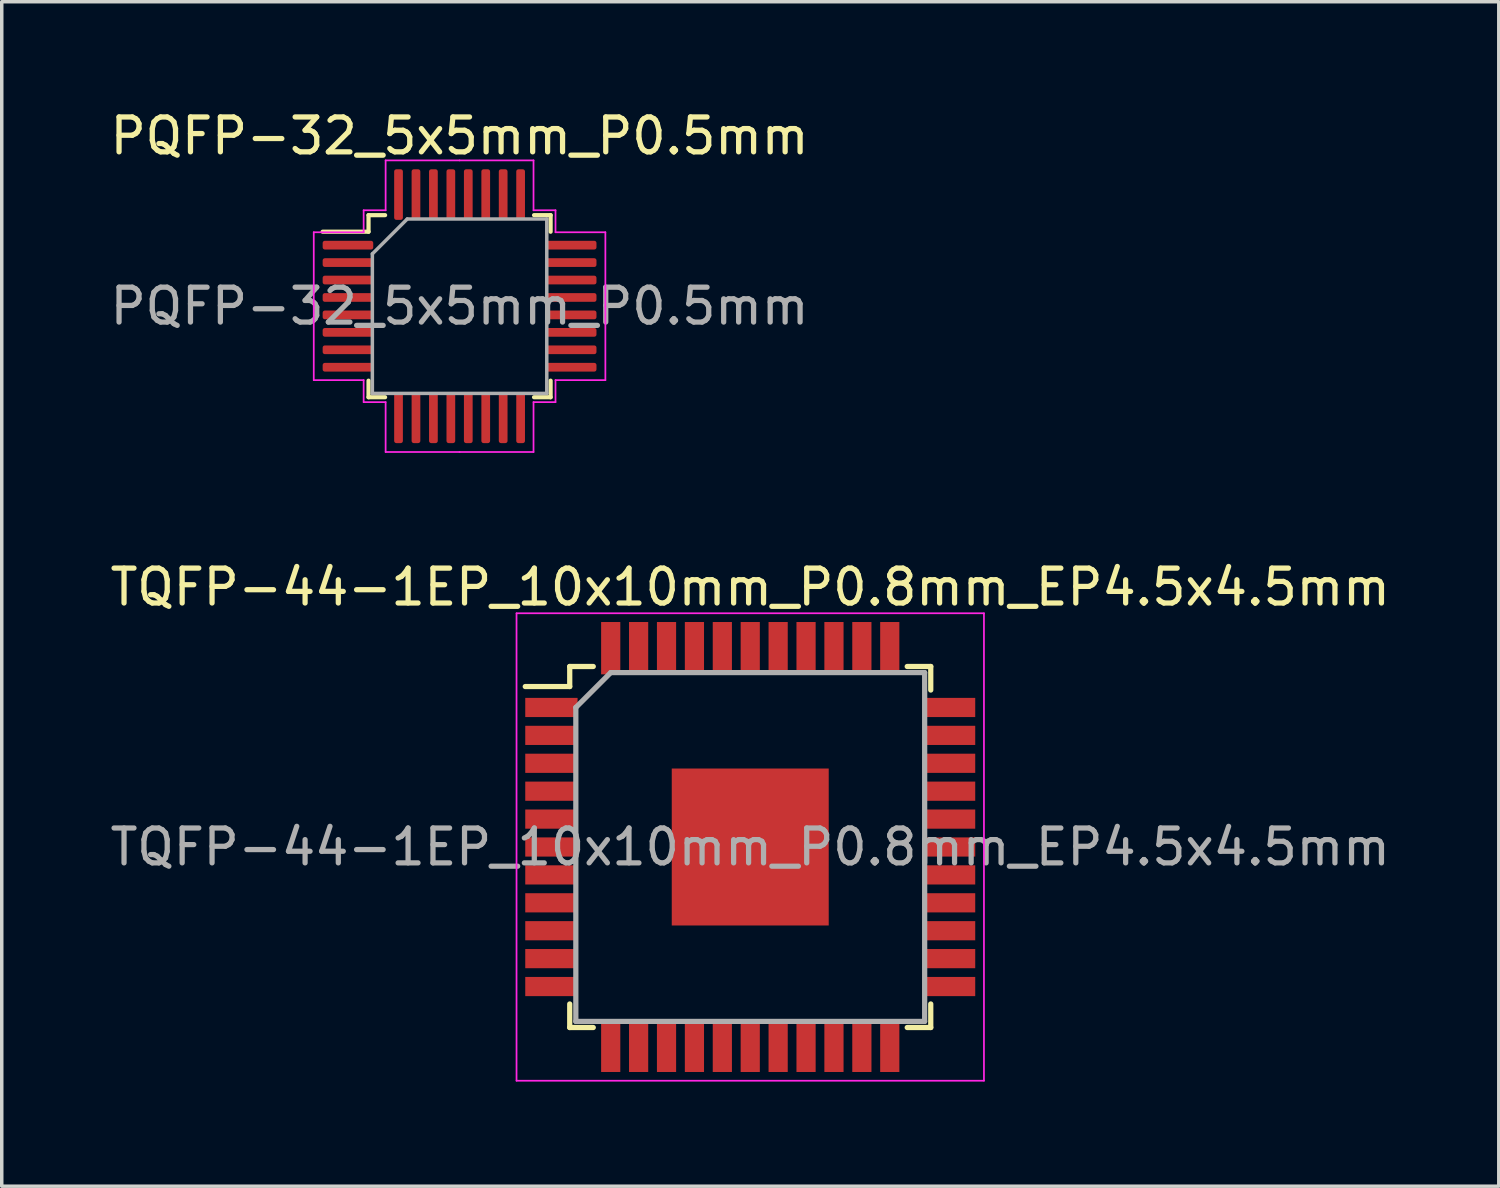
<source format=kicad_pcb>
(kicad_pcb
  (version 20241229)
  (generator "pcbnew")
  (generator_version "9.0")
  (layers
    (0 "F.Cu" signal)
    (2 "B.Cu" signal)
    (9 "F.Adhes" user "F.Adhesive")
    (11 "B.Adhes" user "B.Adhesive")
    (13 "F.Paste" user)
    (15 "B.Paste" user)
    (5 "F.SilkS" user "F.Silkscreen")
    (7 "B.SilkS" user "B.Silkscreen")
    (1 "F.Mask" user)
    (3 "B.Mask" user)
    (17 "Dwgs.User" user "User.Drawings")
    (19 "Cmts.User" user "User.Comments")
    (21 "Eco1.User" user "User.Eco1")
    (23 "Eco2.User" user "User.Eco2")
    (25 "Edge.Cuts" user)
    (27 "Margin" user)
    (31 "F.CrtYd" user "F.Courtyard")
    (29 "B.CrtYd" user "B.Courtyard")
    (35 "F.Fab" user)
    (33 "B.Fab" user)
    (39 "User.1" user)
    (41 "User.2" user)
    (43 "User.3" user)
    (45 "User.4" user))
  (footprint "PQFP-32_5x5mm_P0.5mm"
    (layer "F.Cu")
    (at 10.125 5.728)
    (property "Reference" "PQFP-32_5x5mm_P0.5mm" (at 0 -4.88 0) (layer "F.SilkS") (effects (font (size 1 1) (thickness 0.15))))
    (attr smd)
    (fp_line (start -2.61 -2.61) (end -2.61 -2.135) (stroke (width 0.12) (type solid)) (layer "F.SilkS"))
    (fp_line (start -2.61 -2.135) (end -3.925 -2.135) (stroke (width 0.12) (type solid)) (layer "F.SilkS"))
    (fp_line (start -2.61 2.61) (end -2.61 2.135) (stroke (width 0.12) (type solid)) (layer "F.SilkS"))
    (fp_line (start -2.135 -2.61) (end -2.61 -2.61) (stroke (width 0.12) (type solid)) (layer "F.SilkS"))
    (fp_line (start -2.135 2.61) (end -2.61 2.61) (stroke (width 0.12) (type solid)) (layer "F.SilkS"))
    (fp_line (start 2.135 -2.61) (end 2.61 -2.61) (stroke (width 0.12) (type solid)) (layer "F.SilkS"))
    (fp_line (start 2.135 2.61) (end 2.61 2.61) (stroke (width 0.12) (type solid)) (layer "F.SilkS"))
    (fp_line (start 2.61 -2.61) (end 2.61 -2.135) (stroke (width 0.12) (type solid)) (layer "F.SilkS"))
    (fp_line (start 2.61 2.61) (end 2.61 2.135) (stroke (width 0.12) (type solid)) (layer "F.SilkS"))
    (fp_line (start -4.18 -2.12) (end -4.18 0) (stroke (width 0.05) (type solid)) (layer "F.CrtYd"))
    (fp_line (start -4.18 2.12) (end -4.18 0) (stroke (width 0.05) (type solid)) (layer "F.CrtYd"))
    (fp_line (start -2.75 -2.75) (end -2.75 -2.12) (stroke (width 0.05) (type solid)) (layer "F.CrtYd"))
    (fp_line (start -2.75 -2.12) (end -4.18 -2.12) (stroke (width 0.05) (type solid)) (layer "F.CrtYd"))
    (fp_line (start -2.75 2.12) (end -4.18 2.12) (stroke (width 0.05) (type solid)) (layer "F.CrtYd"))
    (fp_line (start -2.75 2.75) (end -2.75 2.12) (stroke (width 0.05) (type solid)) (layer "F.CrtYd"))
    (fp_line (start -2.12 -4.18) (end -2.12 -2.75) (stroke (width 0.05) (type solid)) (layer "F.CrtYd"))
    (fp_line (start -2.12 -2.75) (end -2.75 -2.75) (stroke (width 0.05) (type solid)) (layer "F.CrtYd"))
    (fp_line (start -2.12 2.75) (end -2.75 2.75) (stroke (width 0.05) (type solid)) (layer "F.CrtYd"))
    (fp_line (start -2.12 4.18) (end -2.12 2.75) (stroke (width 0.05) (type solid)) (layer "F.CrtYd"))
    (fp_line (start 0 -4.18) (end -2.12 -4.18) (stroke (width 0.05) (type solid)) (layer "F.CrtYd"))
    (fp_line (start 0 -4.18) (end 2.12 -4.18) (stroke (width 0.05) (type solid)) (layer "F.CrtYd"))
    (fp_line (start 0 4.18) (end -2.12 4.18) (stroke (width 0.05) (type solid)) (layer "F.CrtYd"))
    (fp_line (start 0 4.18) (end 2.12 4.18) (stroke (width 0.05) (type solid)) (layer "F.CrtYd"))
    (fp_line (start 2.12 -4.18) (end 2.12 -2.75) (stroke (width 0.05) (type solid)) (layer "F.CrtYd"))
    (fp_line (start 2.12 -2.75) (end 2.75 -2.75) (stroke (width 0.05) (type solid)) (layer "F.CrtYd"))
    (fp_line (start 2.12 2.75) (end 2.75 2.75) (stroke (width 0.05) (type solid)) (layer "F.CrtYd"))
    (fp_line (start 2.12 4.18) (end 2.12 2.75) (stroke (width 0.05) (type solid)) (layer "F.CrtYd"))
    (fp_line (start 2.75 -2.75) (end 2.75 -2.12) (stroke (width 0.05) (type solid)) (layer "F.CrtYd"))
    (fp_line (start 2.75 -2.12) (end 4.18 -2.12) (stroke (width 0.05) (type solid)) (layer "F.CrtYd"))
    (fp_line (start 2.75 2.12) (end 4.18 2.12) (stroke (width 0.05) (type solid)) (layer "F.CrtYd"))
    (fp_line (start 2.75 2.75) (end 2.75 2.12) (stroke (width 0.05) (type solid)) (layer "F.CrtYd"))
    (fp_line (start 4.18 -2.12) (end 4.18 0) (stroke (width 0.05) (type solid)) (layer "F.CrtYd"))
    (fp_line (start 4.18 2.12) (end 4.18 0) (stroke (width 0.05) (type solid)) (layer "F.CrtYd"))
    (fp_line (start -2.5 -1.5) (end -1.5 -2.5) (stroke (width 0.1) (type solid)) (layer "F.Fab"))
    (fp_line (start -2.5 2.5) (end -2.5 -1.5) (stroke (width 0.1) (type solid)) (layer "F.Fab"))
    (fp_line (start -1.5 -2.5) (end 2.5 -2.5) (stroke (width 0.1) (type solid)) (layer "F.Fab"))
    (fp_line (start 2.5 -2.5) (end 2.5 2.5) (stroke (width 0.1) (type solid)) (layer "F.Fab"))
    (fp_line (start 2.5 2.5) (end -2.5 2.5) (stroke (width 0.1) (type solid)) (layer "F.Fab"))
    (fp_text user "${REFERENCE}" (at 0 0 0) (layer "F.Fab") (effects (font (size 1 1) (thickness 0.15))))
    (pad "1" smd roundrect (at -3.2 -1.75) (size 1.45 0.25) (layers "F.Cu" "F.Mask" "F.Paste") (roundrect_rratio 0.25))
    (pad "2" smd roundrect (at -3.2 -1.25) (size 1.45 0.25) (layers "F.Cu" "F.Mask" "F.Paste") (roundrect_rratio 0.25))
    (pad "3" smd roundrect (at -3.2 -0.75) (size 1.45 0.25) (layers "F.Cu" "F.Mask" "F.Paste") (roundrect_rratio 0.25))
    (pad "4" smd roundrect (at -3.2 -0.25) (size 1.45 0.25) (layers "F.Cu" "F.Mask" "F.Paste") (roundrect_rratio 0.25))
    (pad "5" smd roundrect (at -3.2 0.25) (size 1.45 0.25) (layers "F.Cu" "F.Mask" "F.Paste") (roundrect_rratio 0.25))
    (pad "6" smd roundrect (at -3.2 0.75) (size 1.45 0.25) (layers "F.Cu" "F.Mask" "F.Paste") (roundrect_rratio 0.25))
    (pad "7" smd roundrect (at -3.2 1.25) (size 1.45 0.25) (layers "F.Cu" "F.Mask" "F.Paste") (roundrect_rratio 0.25))
    (pad "8" smd roundrect (at -3.2 1.75) (size 1.45 0.25) (layers "F.Cu" "F.Mask" "F.Paste") (roundrect_rratio 0.25))
    (pad "9" smd roundrect (at -1.75 3.2) (size 0.25 1.45) (layers "F.Cu" "F.Mask" "F.Paste") (roundrect_rratio 0.25))
    (pad "10" smd roundrect (at -1.25 3.2) (size 0.25 1.45) (layers "F.Cu" "F.Mask" "F.Paste") (roundrect_rratio 0.25))
    (pad "11" smd roundrect (at -0.75 3.2) (size 0.25 1.45) (layers "F.Cu" "F.Mask" "F.Paste") (roundrect_rratio 0.25))
    (pad "12" smd roundrect (at -0.25 3.2) (size 0.25 1.45) (layers "F.Cu" "F.Mask" "F.Paste") (roundrect_rratio 0.25))
    (pad "13" smd roundrect (at 0.25 3.2) (size 0.25 1.45) (layers "F.Cu" "F.Mask" "F.Paste") (roundrect_rratio 0.25))
    (pad "14" smd roundrect (at 0.75 3.2) (size 0.25 1.45) (layers "F.Cu" "F.Mask" "F.Paste") (roundrect_rratio 0.25))
    (pad "15" smd roundrect (at 1.25 3.2) (size 0.25 1.45) (layers "F.Cu" "F.Mask" "F.Paste") (roundrect_rratio 0.25))
    (pad "16" smd roundrect (at 1.75 3.2) (size 0.25 1.45) (layers "F.Cu" "F.Mask" "F.Paste") (roundrect_rratio 0.25))
    (pad "17" smd roundrect (at 3.2 1.75) (size 1.45 0.25) (layers "F.Cu" "F.Mask" "F.Paste") (roundrect_rratio 0.25))
    (pad "18" smd roundrect (at 3.2 1.25) (size 1.45 0.25) (layers "F.Cu" "F.Mask" "F.Paste") (roundrect_rratio 0.25))
    (pad "19" smd roundrect (at 3.2 0.75) (size 1.45 0.25) (layers "F.Cu" "F.Mask" "F.Paste") (roundrect_rratio 0.25))
    (pad "20" smd roundrect (at 3.2 0.25) (size 1.45 0.25) (layers "F.Cu" "F.Mask" "F.Paste") (roundrect_rratio 0.25))
    (pad "21" smd roundrect (at 3.2 -0.25) (size 1.45 0.25) (layers "F.Cu" "F.Mask" "F.Paste") (roundrect_rratio 0.25))
    (pad "22" smd roundrect (at 3.2 -0.75) (size 1.45 0.25) (layers "F.Cu" "F.Mask" "F.Paste") (roundrect_rratio 0.25))
    (pad "23" smd roundrect (at 3.2 -1.25) (size 1.45 0.25) (layers "F.Cu" "F.Mask" "F.Paste") (roundrect_rratio 0.25))
    (pad "24" smd roundrect (at 3.2 -1.75) (size 1.45 0.25) (layers "F.Cu" "F.Mask" "F.Paste") (roundrect_rratio 0.25))
    (pad "25" smd roundrect (at 1.75 -3.2) (size 0.25 1.45) (layers "F.Cu" "F.Mask" "F.Paste") (roundrect_rratio 0.25))
    (pad "26" smd roundrect (at 1.25 -3.2) (size 0.25 1.45) (layers "F.Cu" "F.Mask" "F.Paste") (roundrect_rratio 0.25))
    (pad "27" smd roundrect (at 0.75 -3.2) (size 0.25 1.45) (layers "F.Cu" "F.Mask" "F.Paste") (roundrect_rratio 0.25))
    (pad "28" smd roundrect (at 0.25 -3.2) (size 0.25 1.45) (layers "F.Cu" "F.Mask" "F.Paste") (roundrect_rratio 0.25))
    (pad "29" smd roundrect (at -0.25 -3.2) (size 0.25 1.45) (layers "F.Cu" "F.Mask" "F.Paste") (roundrect_rratio 0.25))
    (pad "30" smd roundrect (at -0.75 -3.2) (size 0.25 1.45) (layers "F.Cu" "F.Mask" "F.Paste") (roundrect_rratio 0.25))
    (pad "31" smd roundrect (at -1.25 -3.2) (size 0.25 1.45) (layers "F.Cu" "F.Mask" "F.Paste") (roundrect_rratio 0.25))
    (pad "32" smd roundrect (at -1.75 -3.2) (size 0.25 1.45) (layers "F.Cu" "F.Mask" "F.Paste") (roundrect_rratio 0.25)))
  (footprint "TQFP-44-1EP_10x10mm_P0.8mm_EP4.5x4.5mm"
    (layer "F.Cu")
    (at 18.458 21.232)
    (property "Reference" "TQFP-44-1EP_10x10mm_P0.8mm_EP4.5x4.5mm" (at 0 -7.45 0) (layer "F.SilkS") (effects (font (size 1 1) (thickness 0.15))))
    (attr smd)
    (fp_line (start -5.175 -5.175) (end -5.175 -4.6) (stroke (width 0.15) (type solid)) (layer "F.SilkS"))
    (fp_line (start -5.175 -5.175) (end -4.5 -5.175) (stroke (width 0.15) (type solid)) (layer "F.SilkS"))
    (fp_line (start -5.175 -4.6) (end -6.45 -4.6) (stroke (width 0.15) (type solid)) (layer "F.SilkS"))
    (fp_line (start -5.175 5.175) (end -5.175 4.5) (stroke (width 0.15) (type solid)) (layer "F.SilkS"))
    (fp_line (start -5.175 5.175) (end -4.5 5.175) (stroke (width 0.15) (type solid)) (layer "F.SilkS"))
    (fp_line (start 5.175 -5.175) (end 4.5 -5.175) (stroke (width 0.15) (type solid)) (layer "F.SilkS"))
    (fp_line (start 5.175 -5.175) (end 5.175 -4.5) (stroke (width 0.15) (type solid)) (layer "F.SilkS"))
    (fp_line (start 5.175 5.175) (end 4.5 5.175) (stroke (width 0.15) (type solid)) (layer "F.SilkS"))
    (fp_line (start 5.175 5.175) (end 5.175 4.5) (stroke (width 0.15) (type solid)) (layer "F.SilkS"))
    (fp_line (start -6.7 -6.7) (end -6.7 6.7) (stroke (width 0.05) (type solid)) (layer "F.CrtYd"))
    (fp_line (start -6.7 -6.7) (end 6.7 -6.7) (stroke (width 0.05) (type solid)) (layer "F.CrtYd"))
    (fp_line (start -6.7 6.7) (end 6.7 6.7) (stroke (width 0.05) (type solid)) (layer "F.CrtYd"))
    (fp_line (start 6.7 -6.7) (end 6.7 6.7) (stroke (width 0.05) (type solid)) (layer "F.CrtYd"))
    (fp_line (start -5 -4) (end -4 -5) (stroke (width 0.15) (type solid)) (layer "F.Fab"))
    (fp_line (start -5 5) (end -5 -4) (stroke (width 0.15) (type solid)) (layer "F.Fab"))
    (fp_line (start -4 -5) (end 5 -5) (stroke (width 0.15) (type solid)) (layer "F.Fab"))
    (fp_line (start 5 -5) (end 5 5) (stroke (width 0.15) (type solid)) (layer "F.Fab"))
    (fp_line (start 5 5) (end -5 5) (stroke (width 0.15) (type solid)) (layer "F.Fab"))
    (fp_text user "${REFERENCE}" (at 0 0 0) (layer "F.Fab") (effects (font (size 1 1) (thickness 0.15))))
    (pad "" smd rect (at -1.5 -1.5) (size 1.16 1.16) (layers "F.Paste"))
    (pad "" smd rect (at -1.5 0) (size 1.16 1.16) (layers "F.Paste"))
    (pad "" smd rect (at -1.5 1.5) (size 1.16 1.16) (layers "F.Paste"))
    (pad "" smd rect (at 0 -1.5) (size 1.16 1.16) (layers "F.Paste"))
    (pad "" smd rect (at 0 0) (size 1.16 1.16) (layers "F.Paste"))
    (pad "" smd rect (at 0 1.5) (size 1.16 1.16) (layers "F.Paste"))
    (pad "" smd rect (at 1.5 -1.5) (size 1.16 1.16) (layers "F.Paste"))
    (pad "" smd rect (at 1.5 0) (size 1.16 1.16) (layers "F.Paste"))
    (pad "" smd rect (at 1.5 1.5) (size 1.16 1.16) (layers "F.Paste"))
    (pad "1" smd rect (at -5.7 -4) (size 1.5 0.55) (layers "F.Cu" "F.Mask" "F.Paste"))
    (pad "2" smd rect (at -5.7 -3.2) (size 1.5 0.55) (layers "F.Cu" "F.Mask" "F.Paste"))
    (pad "3" smd rect (at -5.7 -2.4) (size 1.5 0.55) (layers "F.Cu" "F.Mask" "F.Paste"))
    (pad "4" smd rect (at -5.7 -1.6) (size 1.5 0.55) (layers "F.Cu" "F.Mask" "F.Paste"))
    (pad "5" smd rect (at -5.7 -0.8) (size 1.5 0.55) (layers "F.Cu" "F.Mask" "F.Paste"))
    (pad "6" smd rect (at -5.7 0) (size 1.5 0.55) (layers "F.Cu" "F.Mask" "F.Paste"))
    (pad "7" smd rect (at -5.7 0.8) (size 1.5 0.55) (layers "F.Cu" "F.Mask" "F.Paste"))
    (pad "8" smd rect (at -5.7 1.6) (size 1.5 0.55) (layers "F.Cu" "F.Mask" "F.Paste"))
    (pad "9" smd rect (at -5.7 2.4) (size 1.5 0.55) (layers "F.Cu" "F.Mask" "F.Paste"))
    (pad "10" smd rect (at -5.7 3.2) (size 1.5 0.55) (layers "F.Cu" "F.Mask" "F.Paste"))
    (pad "11" smd rect (at -5.7 4) (size 1.5 0.55) (layers "F.Cu" "F.Mask" "F.Paste"))
    (pad "12" smd rect (at -4 5.7 90) (size 1.5 0.55) (layers "F.Cu" "F.Mask" "F.Paste"))
    (pad "13" smd rect (at -3.2 5.7 90) (size 1.5 0.55) (layers "F.Cu" "F.Mask" "F.Paste"))
    (pad "14" smd rect (at -2.4 5.7 90) (size 1.5 0.55) (layers "F.Cu" "F.Mask" "F.Paste"))
    (pad "15" smd rect (at -1.6 5.7 90) (size 1.5 0.55) (layers "F.Cu" "F.Mask" "F.Paste"))
    (pad "16" smd rect (at -0.8 5.7 90) (size 1.5 0.55) (layers "F.Cu" "F.Mask" "F.Paste"))
    (pad "17" smd rect (at 0 5.7 90) (size 1.5 0.55) (layers "F.Cu" "F.Mask" "F.Paste"))
    (pad "18" smd rect (at 0.8 5.7 90) (size 1.5 0.55) (layers "F.Cu" "F.Mask" "F.Paste"))
    (pad "19" smd rect (at 1.6 5.7 90) (size 1.5 0.55) (layers "F.Cu" "F.Mask" "F.Paste"))
    (pad "20" smd rect (at 2.4 5.7 90) (size 1.5 0.55) (layers "F.Cu" "F.Mask" "F.Paste"))
    (pad "21" smd rect (at 3.2 5.7 90) (size 1.5 0.55) (layers "F.Cu" "F.Mask" "F.Paste"))
    (pad "22" smd rect (at 4 5.7 90) (size 1.5 0.55) (layers "F.Cu" "F.Mask" "F.Paste"))
    (pad "23" smd rect (at 5.7 4) (size 1.5 0.55) (layers "F.Cu" "F.Mask" "F.Paste"))
    (pad "24" smd rect (at 5.7 3.2) (size 1.5 0.55) (layers "F.Cu" "F.Mask" "F.Paste"))
    (pad "25" smd rect (at 5.7 2.4) (size 1.5 0.55) (layers "F.Cu" "F.Mask" "F.Paste"))
    (pad "26" smd rect (at 5.7 1.6) (size 1.5 0.55) (layers "F.Cu" "F.Mask" "F.Paste"))
    (pad "27" smd rect (at 5.7 0.8) (size 1.5 0.55) (layers "F.Cu" "F.Mask" "F.Paste"))
    (pad "28" smd rect (at 5.7 0) (size 1.5 0.55) (layers "F.Cu" "F.Mask" "F.Paste"))
    (pad "29" smd rect (at 5.7 -0.8) (size 1.5 0.55) (layers "F.Cu" "F.Mask" "F.Paste"))
    (pad "30" smd rect (at 5.7 -1.6) (size 1.5 0.55) (layers "F.Cu" "F.Mask" "F.Paste"))
    (pad "31" smd rect (at 5.7 -2.4) (size 1.5 0.55) (layers "F.Cu" "F.Mask" "F.Paste"))
    (pad "32" smd rect (at 5.7 -3.2) (size 1.5 0.55) (layers "F.Cu" "F.Mask" "F.Paste"))
    (pad "33" smd rect (at 5.7 -4) (size 1.5 0.55) (layers "F.Cu" "F.Mask" "F.Paste"))
    (pad "34" smd rect (at 4 -5.7 90) (size 1.5 0.55) (layers "F.Cu" "F.Mask" "F.Paste"))
    (pad "35" smd rect (at 3.2 -5.7 90) (size 1.5 0.55) (layers "F.Cu" "F.Mask" "F.Paste"))
    (pad "36" smd rect (at 2.4 -5.7 90) (size 1.5 0.55) (layers "F.Cu" "F.Mask" "F.Paste"))
    (pad "37" smd rect (at 1.6 -5.7 90) (size 1.5 0.55) (layers "F.Cu" "F.Mask" "F.Paste"))
    (pad "38" smd rect (at 0.8 -5.7 90) (size 1.5 0.55) (layers "F.Cu" "F.Mask" "F.Paste"))
    (pad "39" smd rect (at 0 -5.7 90) (size 1.5 0.55) (layers "F.Cu" "F.Mask" "F.Paste"))
    (pad "40" smd rect (at -0.8 -5.7 90) (size 1.5 0.55) (layers "F.Cu" "F.Mask" "F.Paste"))
    (pad "41" smd rect (at -1.6 -5.7 90) (size 1.5 0.55) (layers "F.Cu" "F.Mask" "F.Paste"))
    (pad "42" smd rect (at -2.4 -5.7 90) (size 1.5 0.55) (layers "F.Cu" "F.Mask" "F.Paste"))
    (pad "43" smd rect (at -3.2 -5.7 90) (size 1.5 0.55) (layers "F.Cu" "F.Mask" "F.Paste"))
    (pad "44" smd rect (at -4 -5.7 90) (size 1.5 0.55) (layers "F.Cu" "F.Mask" "F.Paste"))
    (pad "45" smd rect (at 0 0) (size 4.5 4.5) (layers "F.Cu" "F.Mask")))
  (gr_rect
    (start -3 -3)
    (end 39.917 30.956)
    (stroke (width 0.1) (type default))
    (fill no)
    (layer "Edge.Cuts")))
</source>
